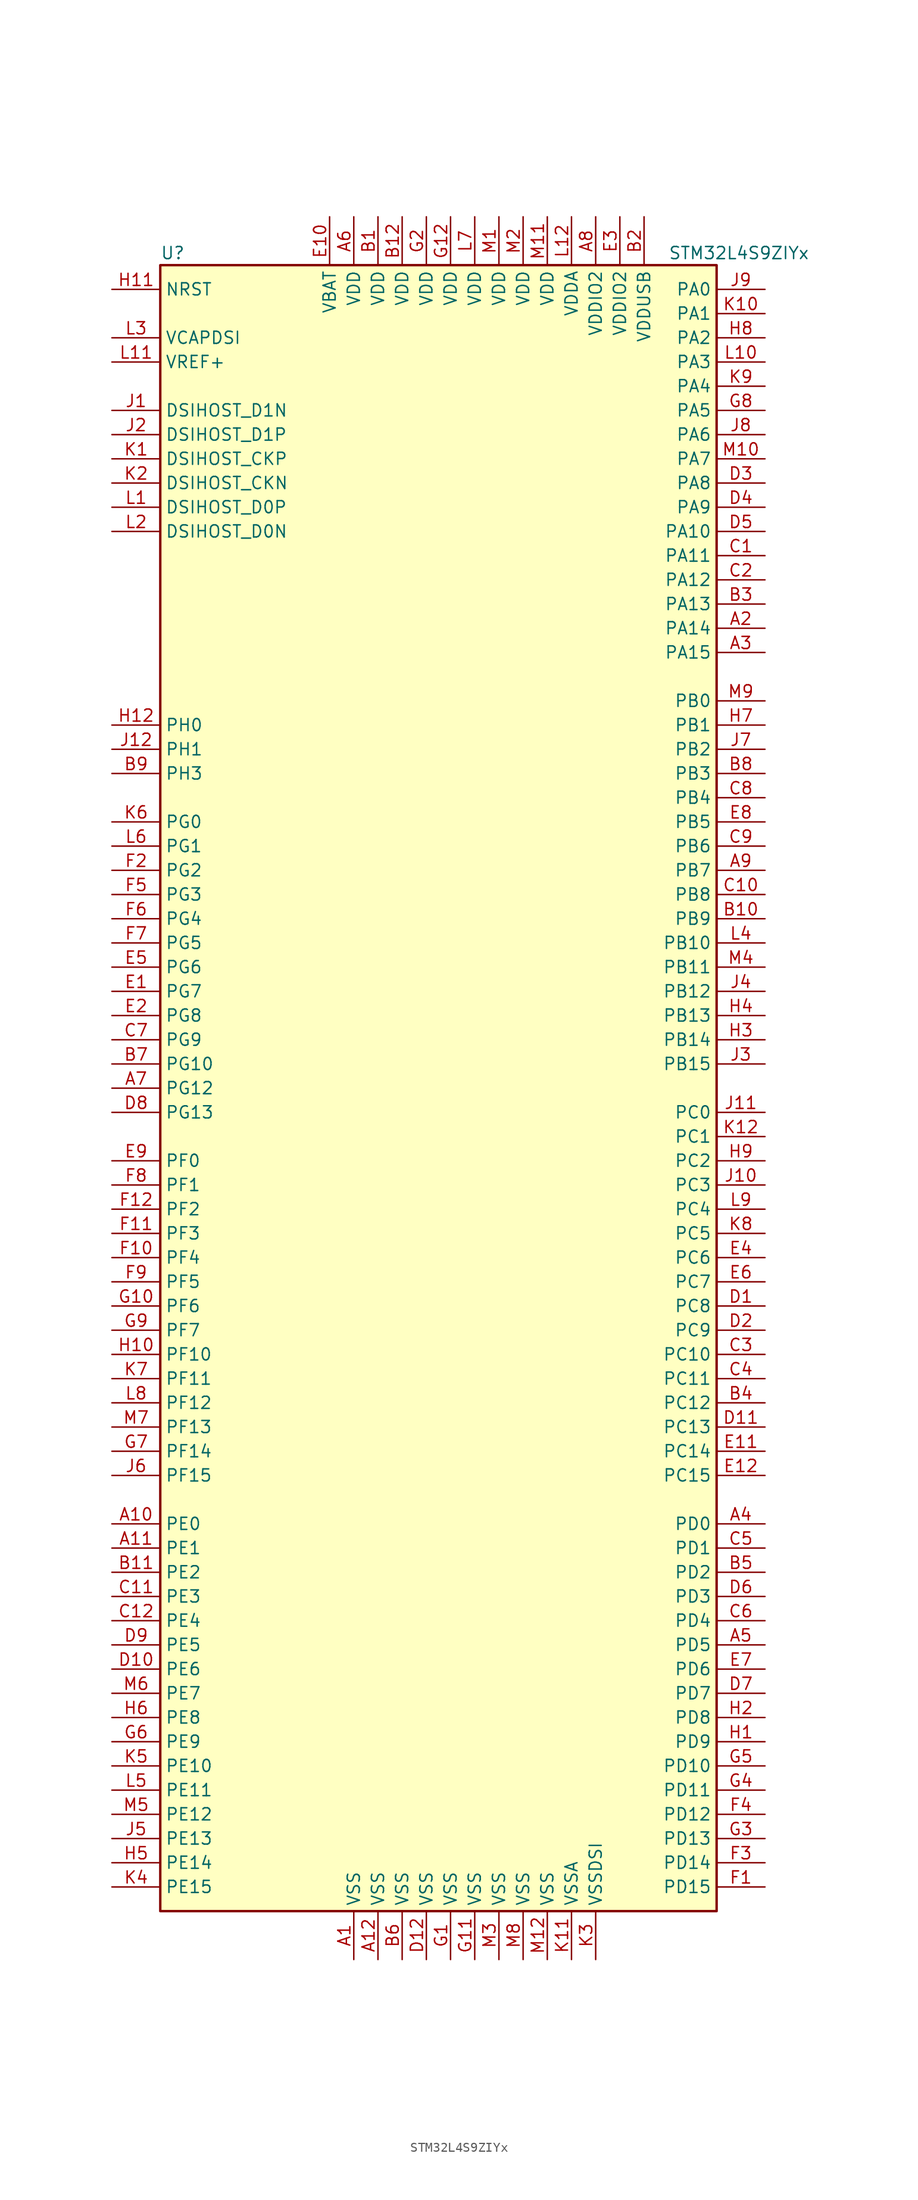
<source format=kicad_sym>
(kicad_symbol_lib
  (version 20201005)
  (generator kicad_symbol_editor)
  (symbol "STM32L4S9ZIYx"
    (property "Reference" "U"
      (at -30.48 87.63 0)
      (effects (font (size 1.27 1.27)) (justify left)))
    (property "Value" "STM32L4S9ZIYx"
      (at 22.86 87.63 0)
      (effects (font (size 1.27 1.27)) (justify left)))
    (symbol "STM32L4S9ZIYx_0_1"
      (rectangle (start -30.48 -86.36) (end 27.94 86.36) (stroke (width 0.254)) (fill (type background))))
    (symbol "STM32L4S9ZIYx_1_1"
      (pin bidirectional line (at -35.56 63.5 0) (length 5.08) (name "DSIHOST_CKN" (effects (font (size 1.27 1.27)))) (number "K2" (effects (font (size 1.27 1.27)))))
      (pin bidirectional line (at -35.56 66.04 0) (length 5.08) (name "DSIHOST_CKP" (effects (font (size 1.27 1.27)))) (number "K1" (effects (font (size 1.27 1.27)))))
      (pin bidirectional line (at -35.56 58.42 0) (length 5.08) (name "DSIHOST_D0N" (effects (font (size 1.27 1.27)))) (number "L2" (effects (font (size 1.27 1.27)))))
      (pin bidirectional line (at -35.56 60.96 0) (length 5.08) (name "DSIHOST_D0P" (effects (font (size 1.27 1.27)))) (number "L1" (effects (font (size 1.27 1.27)))))
      (pin bidirectional line (at -35.56 71.12 0) (length 5.08) (name "DSIHOST_D1N" (effects (font (size 1.27 1.27)))) (number "J1" (effects (font (size 1.27 1.27)))))
      (pin bidirectional line (at -35.56 68.58 0) (length 5.08) (name "DSIHOST_D1P" (effects (font (size 1.27 1.27)))) (number "J2" (effects (font (size 1.27 1.27)))))
      (pin input line (at -35.56 83.82 0) (length 5.08) (name "NRST" (effects (font (size 1.27 1.27)))) (number "H11" (effects (font (size 1.27 1.27)))))
      (pin bidirectional line (at 33.02 83.82 180) (length 5.08) (name "PA0" (effects (font (size 1.27 1.27)))) (number "J9" (effects (font (size 1.27 1.27)))))
      (pin bidirectional line (at 33.02 81.28 180) (length 5.08) (name "PA1" (effects (font (size 1.27 1.27)))) (number "K10" (effects (font (size 1.27 1.27)))))
      (pin bidirectional line (at 33.02 58.42 180) (length 5.08) (name "PA10" (effects (font (size 1.27 1.27)))) (number "D5" (effects (font (size 1.27 1.27)))))
      (pin bidirectional line (at 33.02 55.88 180) (length 5.08) (name "PA11" (effects (font (size 1.27 1.27)))) (number "C1" (effects (font (size 1.27 1.27)))))
      (pin bidirectional line (at 33.02 53.34 180) (length 5.08) (name "PA12" (effects (font (size 1.27 1.27)))) (number "C2" (effects (font (size 1.27 1.27)))))
      (pin bidirectional line (at 33.02 50.8 180) (length 5.08) (name "PA13" (effects (font (size 1.27 1.27)))) (number "B3" (effects (font (size 1.27 1.27)))))
      (pin bidirectional line (at 33.02 48.26 180) (length 5.08) (name "PA14" (effects (font (size 1.27 1.27)))) (number "A2" (effects (font (size 1.27 1.27)))))
      (pin bidirectional line (at 33.02 45.72 180) (length 5.08) (name "PA15" (effects (font (size 1.27 1.27)))) (number "A3" (effects (font (size 1.27 1.27)))))
      (pin bidirectional line (at 33.02 78.74 180) (length 5.08) (name "PA2" (effects (font (size 1.27 1.27)))) (number "H8" (effects (font (size 1.27 1.27)))))
      (pin bidirectional line (at 33.02 76.2 180) (length 5.08) (name "PA3" (effects (font (size 1.27 1.27)))) (number "L10" (effects (font (size 1.27 1.27)))))
      (pin bidirectional line (at 33.02 73.66 180) (length 5.08) (name "PA4" (effects (font (size 1.27 1.27)))) (number "K9" (effects (font (size 1.27 1.27)))))
      (pin bidirectional line (at 33.02 71.12 180) (length 5.08) (name "PA5" (effects (font (size 1.27 1.27)))) (number "G8" (effects (font (size 1.27 1.27)))))
      (pin bidirectional line (at 33.02 68.58 180) (length 5.08) (name "PA6" (effects (font (size 1.27 1.27)))) (number "J8" (effects (font (size 1.27 1.27)))))
      (pin bidirectional line (at 33.02 66.04 180) (length 5.08) (name "PA7" (effects (font (size 1.27 1.27)))) (number "M10" (effects (font (size 1.27 1.27)))))
      (pin bidirectional line (at 33.02 63.5 180) (length 5.08) (name "PA8" (effects (font (size 1.27 1.27)))) (number "D3" (effects (font (size 1.27 1.27)))))
      (pin bidirectional line (at 33.02 60.96 180) (length 5.08) (name "PA9" (effects (font (size 1.27 1.27)))) (number "D4" (effects (font (size 1.27 1.27)))))
      (pin bidirectional line (at 33.02 40.64 180) (length 5.08) (name "PB0" (effects (font (size 1.27 1.27)))) (number "M9" (effects (font (size 1.27 1.27)))))
      (pin bidirectional line (at 33.02 38.1 180) (length 5.08) (name "PB1" (effects (font (size 1.27 1.27)))) (number "H7" (effects (font (size 1.27 1.27)))))
      (pin bidirectional line (at 33.02 15.24 180) (length 5.08) (name "PB10" (effects (font (size 1.27 1.27)))) (number "L4" (effects (font (size 1.27 1.27)))))
      (pin bidirectional line (at 33.02 12.7 180) (length 5.08) (name "PB11" (effects (font (size 1.27 1.27)))) (number "M4" (effects (font (size 1.27 1.27)))))
      (pin bidirectional line (at 33.02 10.16 180) (length 5.08) (name "PB12" (effects (font (size 1.27 1.27)))) (number "J4" (effects (font (size 1.27 1.27)))))
      (pin bidirectional line (at 33.02 7.62 180) (length 5.08) (name "PB13" (effects (font (size 1.27 1.27)))) (number "H4" (effects (font (size 1.27 1.27)))))
      (pin bidirectional line (at 33.02 5.08 180) (length 5.08) (name "PB14" (effects (font (size 1.27 1.27)))) (number "H3" (effects (font (size 1.27 1.27)))))
      (pin bidirectional line (at 33.02 2.54 180) (length 5.08) (name "PB15" (effects (font (size 1.27 1.27)))) (number "J3" (effects (font (size 1.27 1.27)))))
      (pin bidirectional line (at 33.02 35.56 180) (length 5.08) (name "PB2" (effects (font (size 1.27 1.27)))) (number "J7" (effects (font (size 1.27 1.27)))))
      (pin bidirectional line (at 33.02 33.02 180) (length 5.08) (name "PB3" (effects (font (size 1.27 1.27)))) (number "B8" (effects (font (size 1.27 1.27)))))
      (pin bidirectional line (at 33.02 30.48 180) (length 5.08) (name "PB4" (effects (font (size 1.27 1.27)))) (number "C8" (effects (font (size 1.27 1.27)))))
      (pin bidirectional line (at 33.02 27.94 180) (length 5.08) (name "PB5" (effects (font (size 1.27 1.27)))) (number "E8" (effects (font (size 1.27 1.27)))))
      (pin bidirectional line (at 33.02 25.4 180) (length 5.08) (name "PB6" (effects (font (size 1.27 1.27)))) (number "C9" (effects (font (size 1.27 1.27)))))
      (pin bidirectional line (at 33.02 22.86 180) (length 5.08) (name "PB7" (effects (font (size 1.27 1.27)))) (number "A9" (effects (font (size 1.27 1.27)))))
      (pin bidirectional line (at 33.02 20.32 180) (length 5.08) (name "PB8" (effects (font (size 1.27 1.27)))) (number "C10" (effects (font (size 1.27 1.27)))))
      (pin bidirectional line (at 33.02 17.78 180) (length 5.08) (name "PB9" (effects (font (size 1.27 1.27)))) (number "B10" (effects (font (size 1.27 1.27)))))
      (pin bidirectional line (at 33.02 -2.54 180) (length 5.08) (name "PC0" (effects (font (size 1.27 1.27)))) (number "J11" (effects (font (size 1.27 1.27)))))
      (pin bidirectional line (at 33.02 -5.08 180) (length 5.08) (name "PC1" (effects (font (size 1.27 1.27)))) (number "K12" (effects (font (size 1.27 1.27)))))
      (pin bidirectional line (at 33.02 -27.94 180) (length 5.08) (name "PC10" (effects (font (size 1.27 1.27)))) (number "C3" (effects (font (size 1.27 1.27)))))
      (pin bidirectional line (at 33.02 -30.48 180) (length 5.08) (name "PC11" (effects (font (size 1.27 1.27)))) (number "C4" (effects (font (size 1.27 1.27)))))
      (pin bidirectional line (at 33.02 -33.02 180) (length 5.08) (name "PC12" (effects (font (size 1.27 1.27)))) (number "B4" (effects (font (size 1.27 1.27)))))
      (pin bidirectional line (at 33.02 -35.56 180) (length 5.08) (name "PC13" (effects (font (size 1.27 1.27)))) (number "D11" (effects (font (size 1.27 1.27)))))
      (pin bidirectional line (at 33.02 -38.1 180) (length 5.08) (name "PC14" (effects (font (size 1.27 1.27)))) (number "E11" (effects (font (size 1.27 1.27)))))
      (pin bidirectional line (at 33.02 -40.64 180) (length 5.08) (name "PC15" (effects (font (size 1.27 1.27)))) (number "E12" (effects (font (size 1.27 1.27)))))
      (pin bidirectional line (at 33.02 -7.62 180) (length 5.08) (name "PC2" (effects (font (size 1.27 1.27)))) (number "H9" (effects (font (size 1.27 1.27)))))
      (pin bidirectional line (at 33.02 -10.16 180) (length 5.08) (name "PC3" (effects (font (size 1.27 1.27)))) (number "J10" (effects (font (size 1.27 1.27)))))
      (pin bidirectional line (at 33.02 -12.7 180) (length 5.08) (name "PC4" (effects (font (size 1.27 1.27)))) (number "L9" (effects (font (size 1.27 1.27)))))
      (pin bidirectional line (at 33.02 -15.24 180) (length 5.08) (name "PC5" (effects (font (size 1.27 1.27)))) (number "K8" (effects (font (size 1.27 1.27)))))
      (pin bidirectional line (at 33.02 -17.78 180) (length 5.08) (name "PC6" (effects (font (size 1.27 1.27)))) (number "E4" (effects (font (size 1.27 1.27)))))
      (pin bidirectional line (at 33.02 -20.32 180) (length 5.08) (name "PC7" (effects (font (size 1.27 1.27)))) (number "E6" (effects (font (size 1.27 1.27)))))
      (pin bidirectional line (at 33.02 -22.86 180) (length 5.08) (name "PC8" (effects (font (size 1.27 1.27)))) (number "D1" (effects (font (size 1.27 1.27)))))
      (pin bidirectional line (at 33.02 -25.4 180) (length 5.08) (name "PC9" (effects (font (size 1.27 1.27)))) (number "D2" (effects (font (size 1.27 1.27)))))
      (pin bidirectional line (at 33.02 -45.72 180) (length 5.08) (name "PD0" (effects (font (size 1.27 1.27)))) (number "A4" (effects (font (size 1.27 1.27)))))
      (pin bidirectional line (at 33.02 -48.26 180) (length 5.08) (name "PD1" (effects (font (size 1.27 1.27)))) (number "C5" (effects (font (size 1.27 1.27)))))
      (pin bidirectional line (at 33.02 -71.12 180) (length 5.08) (name "PD10" (effects (font (size 1.27 1.27)))) (number "G5" (effects (font (size 1.27 1.27)))))
      (pin bidirectional line (at 33.02 -73.66 180) (length 5.08) (name "PD11" (effects (font (size 1.27 1.27)))) (number "G4" (effects (font (size 1.27 1.27)))))
      (pin bidirectional line (at 33.02 -76.2 180) (length 5.08) (name "PD12" (effects (font (size 1.27 1.27)))) (number "F4" (effects (font (size 1.27 1.27)))))
      (pin bidirectional line (at 33.02 -78.74 180) (length 5.08) (name "PD13" (effects (font (size 1.27 1.27)))) (number "G3" (effects (font (size 1.27 1.27)))))
      (pin bidirectional line (at 33.02 -81.28 180) (length 5.08) (name "PD14" (effects (font (size 1.27 1.27)))) (number "F3" (effects (font (size 1.27 1.27)))))
      (pin bidirectional line (at 33.02 -83.82 180) (length 5.08) (name "PD15" (effects (font (size 1.27 1.27)))) (number "F1" (effects (font (size 1.27 1.27)))))
      (pin bidirectional line (at 33.02 -50.8 180) (length 5.08) (name "PD2" (effects (font (size 1.27 1.27)))) (number "B5" (effects (font (size 1.27 1.27)))))
      (pin bidirectional line (at 33.02 -53.34 180) (length 5.08) (name "PD3" (effects (font (size 1.27 1.27)))) (number "D6" (effects (font (size 1.27 1.27)))))
      (pin bidirectional line (at 33.02 -55.88 180) (length 5.08) (name "PD4" (effects (font (size 1.27 1.27)))) (number "C6" (effects (font (size 1.27 1.27)))))
      (pin bidirectional line (at 33.02 -58.42 180) (length 5.08) (name "PD5" (effects (font (size 1.27 1.27)))) (number "A5" (effects (font (size 1.27 1.27)))))
      (pin bidirectional line (at 33.02 -60.96 180) (length 5.08) (name "PD6" (effects (font (size 1.27 1.27)))) (number "E7" (effects (font (size 1.27 1.27)))))
      (pin bidirectional line (at 33.02 -63.5 180) (length 5.08) (name "PD7" (effects (font (size 1.27 1.27)))) (number "D7" (effects (font (size 1.27 1.27)))))
      (pin bidirectional line (at 33.02 -66.04 180) (length 5.08) (name "PD8" (effects (font (size 1.27 1.27)))) (number "H2" (effects (font (size 1.27 1.27)))))
      (pin bidirectional line (at 33.02 -68.58 180) (length 5.08) (name "PD9" (effects (font (size 1.27 1.27)))) (number "H1" (effects (font (size 1.27 1.27)))))
      (pin bidirectional line (at -35.56 -45.72 0) (length 5.08) (name "PE0" (effects (font (size 1.27 1.27)))) (number "A10" (effects (font (size 1.27 1.27)))))
      (pin bidirectional line (at -35.56 -48.26 0) (length 5.08) (name "PE1" (effects (font (size 1.27 1.27)))) (number "A11" (effects (font (size 1.27 1.27)))))
      (pin bidirectional line (at -35.56 -71.12 0) (length 5.08) (name "PE10" (effects (font (size 1.27 1.27)))) (number "K5" (effects (font (size 1.27 1.27)))))
      (pin bidirectional line (at -35.56 -73.66 0) (length 5.08) (name "PE11" (effects (font (size 1.27 1.27)))) (number "L5" (effects (font (size 1.27 1.27)))))
      (pin bidirectional line (at -35.56 -76.2 0) (length 5.08) (name "PE12" (effects (font (size 1.27 1.27)))) (number "M5" (effects (font (size 1.27 1.27)))))
      (pin bidirectional line (at -35.56 -78.74 0) (length 5.08) (name "PE13" (effects (font (size 1.27 1.27)))) (number "J5" (effects (font (size 1.27 1.27)))))
      (pin bidirectional line (at -35.56 -81.28 0) (length 5.08) (name "PE14" (effects (font (size 1.27 1.27)))) (number "H5" (effects (font (size 1.27 1.27)))))
      (pin bidirectional line (at -35.56 -83.82 0) (length 5.08) (name "PE15" (effects (font (size 1.27 1.27)))) (number "K4" (effects (font (size 1.27 1.27)))))
      (pin bidirectional line (at -35.56 -50.8 0) (length 5.08) (name "PE2" (effects (font (size 1.27 1.27)))) (number "B11" (effects (font (size 1.27 1.27)))))
      (pin bidirectional line (at -35.56 -53.34 0) (length 5.08) (name "PE3" (effects (font (size 1.27 1.27)))) (number "C11" (effects (font (size 1.27 1.27)))))
      (pin bidirectional line (at -35.56 -55.88 0) (length 5.08) (name "PE4" (effects (font (size 1.27 1.27)))) (number "C12" (effects (font (size 1.27 1.27)))))
      (pin bidirectional line (at -35.56 -58.42 0) (length 5.08) (name "PE5" (effects (font (size 1.27 1.27)))) (number "D9" (effects (font (size 1.27 1.27)))))
      (pin bidirectional line (at -35.56 -60.96 0) (length 5.08) (name "PE6" (effects (font (size 1.27 1.27)))) (number "D10" (effects (font (size 1.27 1.27)))))
      (pin bidirectional line (at -35.56 -63.5 0) (length 5.08) (name "PE7" (effects (font (size 1.27 1.27)))) (number "M6" (effects (font (size 1.27 1.27)))))
      (pin bidirectional line (at -35.56 -66.04 0) (length 5.08) (name "PE8" (effects (font (size 1.27 1.27)))) (number "H6" (effects (font (size 1.27 1.27)))))
      (pin bidirectional line (at -35.56 -68.58 0) (length 5.08) (name "PE9" (effects (font (size 1.27 1.27)))) (number "G6" (effects (font (size 1.27 1.27)))))
      (pin bidirectional line (at -35.56 -7.62 0) (length 5.08) (name "PF0" (effects (font (size 1.27 1.27)))) (number "E9" (effects (font (size 1.27 1.27)))))
      (pin bidirectional line (at -35.56 -10.16 0) (length 5.08) (name "PF1" (effects (font (size 1.27 1.27)))) (number "F8" (effects (font (size 1.27 1.27)))))
      (pin bidirectional line (at -35.56 -27.94 0) (length 5.08) (name "PF10" (effects (font (size 1.27 1.27)))) (number "H10" (effects (font (size 1.27 1.27)))))
      (pin bidirectional line (at -35.56 -30.48 0) (length 5.08) (name "PF11" (effects (font (size 1.27 1.27)))) (number "K7" (effects (font (size 1.27 1.27)))))
      (pin bidirectional line (at -35.56 -33.02 0) (length 5.08) (name "PF12" (effects (font (size 1.27 1.27)))) (number "L8" (effects (font (size 1.27 1.27)))))
      (pin bidirectional line (at -35.56 -35.56 0) (length 5.08) (name "PF13" (effects (font (size 1.27 1.27)))) (number "M7" (effects (font (size 1.27 1.27)))))
      (pin bidirectional line (at -35.56 -38.1 0) (length 5.08) (name "PF14" (effects (font (size 1.27 1.27)))) (number "G7" (effects (font (size 1.27 1.27)))))
      (pin bidirectional line (at -35.56 -40.64 0) (length 5.08) (name "PF15" (effects (font (size 1.27 1.27)))) (number "J6" (effects (font (size 1.27 1.27)))))
      (pin bidirectional line (at -35.56 -12.7 0) (length 5.08) (name "PF2" (effects (font (size 1.27 1.27)))) (number "F12" (effects (font (size 1.27 1.27)))))
      (pin bidirectional line (at -35.56 -15.24 0) (length 5.08) (name "PF3" (effects (font (size 1.27 1.27)))) (number "F11" (effects (font (size 1.27 1.27)))))
      (pin bidirectional line (at -35.56 -17.78 0) (length 5.08) (name "PF4" (effects (font (size 1.27 1.27)))) (number "F10" (effects (font (size 1.27 1.27)))))
      (pin bidirectional line (at -35.56 -20.32 0) (length 5.08) (name "PF5" (effects (font (size 1.27 1.27)))) (number "F9" (effects (font (size 1.27 1.27)))))
      (pin bidirectional line (at -35.56 -22.86 0) (length 5.08) (name "PF6" (effects (font (size 1.27 1.27)))) (number "G10" (effects (font (size 1.27 1.27)))))
      (pin bidirectional line (at -35.56 -25.4 0) (length 5.08) (name "PF7" (effects (font (size 1.27 1.27)))) (number "G9" (effects (font (size 1.27 1.27)))))
      (pin bidirectional line (at -35.56 27.94 0) (length 5.08) (name "PG0" (effects (font (size 1.27 1.27)))) (number "K6" (effects (font (size 1.27 1.27)))))
      (pin bidirectional line (at -35.56 25.4 0) (length 5.08) (name "PG1" (effects (font (size 1.27 1.27)))) (number "L6" (effects (font (size 1.27 1.27)))))
      (pin bidirectional line (at -35.56 2.54 0) (length 5.08) (name "PG10" (effects (font (size 1.27 1.27)))) (number "B7" (effects (font (size 1.27 1.27)))))
      (pin bidirectional line (at -35.56 0 0) (length 5.08) (name "PG12" (effects (font (size 1.27 1.27)))) (number "A7" (effects (font (size 1.27 1.27)))))
      (pin bidirectional line (at -35.56 -2.54 0) (length 5.08) (name "PG13" (effects (font (size 1.27 1.27)))) (number "D8" (effects (font (size 1.27 1.27)))))
      (pin bidirectional line (at -35.56 22.86 0) (length 5.08) (name "PG2" (effects (font (size 1.27 1.27)))) (number "F2" (effects (font (size 1.27 1.27)))))
      (pin bidirectional line (at -35.56 20.32 0) (length 5.08) (name "PG3" (effects (font (size 1.27 1.27)))) (number "F5" (effects (font (size 1.27 1.27)))))
      (pin bidirectional line (at -35.56 17.78 0) (length 5.08) (name "PG4" (effects (font (size 1.27 1.27)))) (number "F6" (effects (font (size 1.27 1.27)))))
      (pin bidirectional line (at -35.56 15.24 0) (length 5.08) (name "PG5" (effects (font (size 1.27 1.27)))) (number "F7" (effects (font (size 1.27 1.27)))))
      (pin bidirectional line (at -35.56 12.7 0) (length 5.08) (name "PG6" (effects (font (size 1.27 1.27)))) (number "E5" (effects (font (size 1.27 1.27)))))
      (pin bidirectional line (at -35.56 10.16 0) (length 5.08) (name "PG7" (effects (font (size 1.27 1.27)))) (number "E1" (effects (font (size 1.27 1.27)))))
      (pin bidirectional line (at -35.56 7.62 0) (length 5.08) (name "PG8" (effects (font (size 1.27 1.27)))) (number "E2" (effects (font (size 1.27 1.27)))))
      (pin bidirectional line (at -35.56 5.08 0) (length 5.08) (name "PG9" (effects (font (size 1.27 1.27)))) (number "C7" (effects (font (size 1.27 1.27)))))
      (pin input line (at -35.56 38.1 0) (length 5.08) (name "PH0" (effects (font (size 1.27 1.27)))) (number "H12" (effects (font (size 1.27 1.27)))))
      (pin input line (at -35.56 35.56 0) (length 5.08) (name "PH1" (effects (font (size 1.27 1.27)))) (number "J12" (effects (font (size 1.27 1.27)))))
      (pin bidirectional line (at -35.56 33.02 0) (length 5.08) (name "PH3" (effects (font (size 1.27 1.27)))) (number "B9" (effects (font (size 1.27 1.27)))))
      (pin power_in line (at -12.7 91.44 270) (length 5.08) (name "VBAT" (effects (font (size 1.27 1.27)))) (number "E10" (effects (font (size 1.27 1.27)))))
      (pin power_in line (at -35.56 78.74 0) (length 5.08) (name "VCAPDSI" (effects (font (size 1.27 1.27)))) (number "L3" (effects (font (size 1.27 1.27)))))
      (pin power_in line (at -10.16 91.44 270) (length 5.08) (name "VDD" (effects (font (size 1.27 1.27)))) (number "A6" (effects (font (size 1.27 1.27)))))
      (pin power_in line (at -7.62 91.44 270) (length 5.08) (name "VDD" (effects (font (size 1.27 1.27)))) (number "B1" (effects (font (size 1.27 1.27)))))
      (pin power_in line (at -5.08 91.44 270) (length 5.08) (name "VDD" (effects (font (size 1.27 1.27)))) (number "B12" (effects (font (size 1.27 1.27)))))
      (pin power_in line (at 0 91.44 270) (length 5.08) (name "VDD" (effects (font (size 1.27 1.27)))) (number "G12" (effects (font (size 1.27 1.27)))))
      (pin power_in line (at -2.54 91.44 270) (length 5.08) (name "VDD" (effects (font (size 1.27 1.27)))) (number "G2" (effects (font (size 1.27 1.27)))))
      (pin power_in line (at 2.54 91.44 270) (length 5.08) (name "VDD" (effects (font (size 1.27 1.27)))) (number "L7" (effects (font (size 1.27 1.27)))))
      (pin power_in line (at 5.08 91.44 270) (length 5.08) (name "VDD" (effects (font (size 1.27 1.27)))) (number "M1" (effects (font (size 1.27 1.27)))))
      (pin power_in line (at 10.16 91.44 270) (length 5.08) (name "VDD" (effects (font (size 1.27 1.27)))) (number "M11" (effects (font (size 1.27 1.27)))))
      (pin power_in line (at 7.62 91.44 270) (length 5.08) (name "VDD" (effects (font (size 1.27 1.27)))) (number "M2" (effects (font (size 1.27 1.27)))))
      (pin power_in line (at 12.7 91.44 270) (length 5.08) (name "VDDA" (effects (font (size 1.27 1.27)))) (number "L12" (effects (font (size 1.27 1.27)))))
      (pin power_in line (at 15.24 91.44 270) (length 5.08) (name "VDDIO2" (effects (font (size 1.27 1.27)))) (number "A8" (effects (font (size 1.27 1.27)))))
      (pin power_in line (at 17.78 91.44 270) (length 5.08) (name "VDDIO2" (effects (font (size 1.27 1.27)))) (number "E3" (effects (font (size 1.27 1.27)))))
      (pin power_in line (at 20.32 91.44 270) (length 5.08) (name "VDDUSB" (effects (font (size 1.27 1.27)))) (number "B2" (effects (font (size 1.27 1.27)))))
      (pin bidirectional line (at -35.56 76.2 0) (length 5.08) (name "VREF+" (effects (font (size 1.27 1.27)))) (number "L11" (effects (font (size 1.27 1.27)))))
      (pin power_in line (at -10.16 -91.44 90) (length 5.08) (name "VSS" (effects (font (size 1.27 1.27)))) (number "A1" (effects (font (size 1.27 1.27)))))
      (pin power_in line (at -7.62 -91.44 90) (length 5.08) (name "VSS" (effects (font (size 1.27 1.27)))) (number "A12" (effects (font (size 1.27 1.27)))))
      (pin power_in line (at -5.08 -91.44 90) (length 5.08) (name "VSS" (effects (font (size 1.27 1.27)))) (number "B6" (effects (font (size 1.27 1.27)))))
      (pin power_in line (at -2.54 -91.44 90) (length 5.08) (name "VSS" (effects (font (size 1.27 1.27)))) (number "D12" (effects (font (size 1.27 1.27)))))
      (pin power_in line (at 0 -91.44 90) (length 5.08) (name "VSS" (effects (font (size 1.27 1.27)))) (number "G1" (effects (font (size 1.27 1.27)))))
      (pin power_in line (at 2.54 -91.44 90) (length 5.08) (name "VSS" (effects (font (size 1.27 1.27)))) (number "G11" (effects (font (size 1.27 1.27)))))
      (pin power_in line (at 10.16 -91.44 90) (length 5.08) (name "VSS" (effects (font (size 1.27 1.27)))) (number "M12" (effects (font (size 1.27 1.27)))))
      (pin power_in line (at 5.08 -91.44 90) (length 5.08) (name "VSS" (effects (font (size 1.27 1.27)))) (number "M3" (effects (font (size 1.27 1.27)))))
      (pin power_in line (at 7.62 -91.44 90) (length 5.08) (name "VSS" (effects (font (size 1.27 1.27)))) (number "M8" (effects (font (size 1.27 1.27)))))
      (pin power_in line (at 12.7 -91.44 90) (length 5.08) (name "VSSA" (effects (font (size 1.27 1.27)))) (number "K11" (effects (font (size 1.27 1.27)))))
      (pin power_in line (at 15.24 -91.44 90) (length 5.08) (name "VSSDSI" (effects (font (size 1.27 1.27)))) (number "K3" (effects (font (size 1.27 1.27))))))))
</source>
